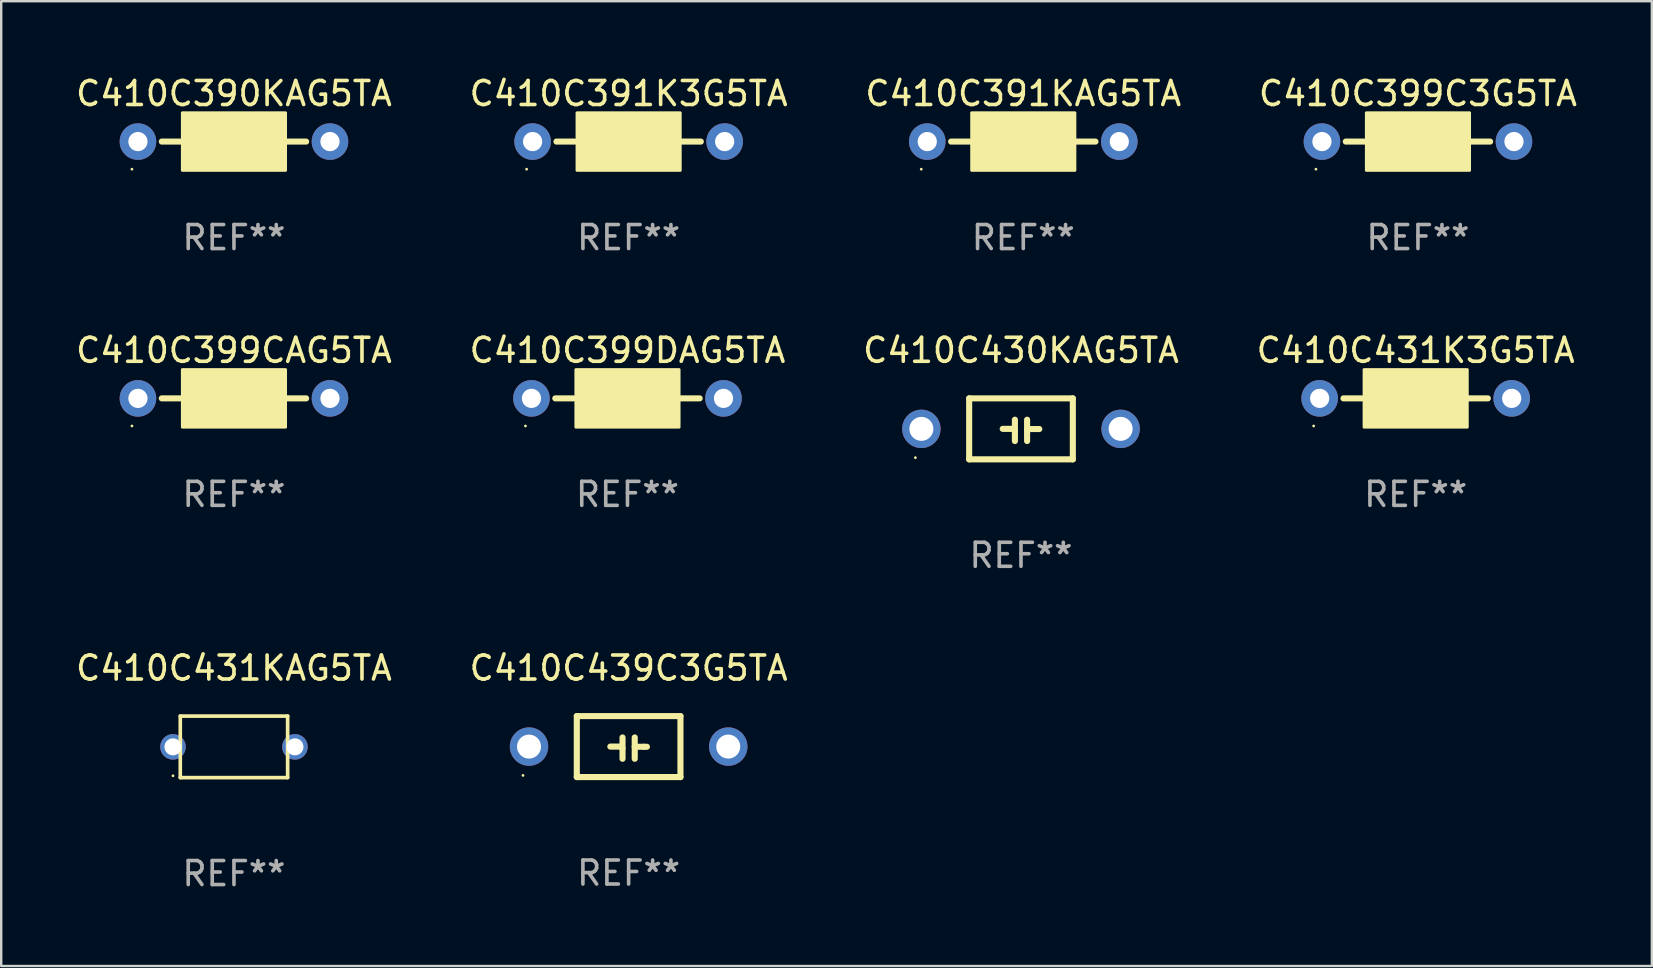
<source format=kicad_pcb>
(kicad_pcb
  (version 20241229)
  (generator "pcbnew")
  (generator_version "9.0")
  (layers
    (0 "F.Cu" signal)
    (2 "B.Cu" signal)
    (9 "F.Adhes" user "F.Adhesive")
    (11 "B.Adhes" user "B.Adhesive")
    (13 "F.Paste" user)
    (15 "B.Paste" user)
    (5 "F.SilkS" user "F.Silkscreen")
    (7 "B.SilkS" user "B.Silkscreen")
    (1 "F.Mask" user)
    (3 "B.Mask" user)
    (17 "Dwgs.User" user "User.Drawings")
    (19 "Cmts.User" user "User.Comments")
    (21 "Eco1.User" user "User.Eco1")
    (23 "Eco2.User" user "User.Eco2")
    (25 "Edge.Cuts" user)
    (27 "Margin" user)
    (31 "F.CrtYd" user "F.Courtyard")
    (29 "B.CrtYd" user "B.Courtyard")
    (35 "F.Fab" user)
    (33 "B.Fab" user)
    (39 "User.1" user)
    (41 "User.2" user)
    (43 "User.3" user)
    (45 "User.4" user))
  (footprint "C410C399C3G5TA"
    (layer "F.Cu")
    (at 56.018 2.848)
    (property "Reference" "C410C399C3G5TA" (at 0 -2 0) (layer "F.SilkS") (effects (font (size 1 1) (thickness 0.15))))
    (attr through_hole)
    (fp_line (start -2.25 0) (end -3.007 0) (stroke (width 0.254) (type solid)) (layer "F.SilkS"))
    (fp_line (start 2.2 0) (end 3.007 0) (stroke (width 0.254) (type solid)) (layer "F.SilkS"))
    (fp_circle (center -4.25 1.15) (end -4.22 1.15) (stroke (width 0.06) (type solid)) (fill no) (layer "F.SilkS"))
    (fp_poly (pts (xy -2.15 -1.2) (xy 2.15 -1.2) (xy 2.15 1.2) (xy -2.15 1.2)) (stroke (width 0.12) (type solid)) (fill yes) (layer "F.SilkS"))
    (fp_text user "REF**" (at 0 4 0) (layer "F.Fab") (effects (font (size 1 1) (thickness 0.15))))
    (pad "1" thru_hole circle (at -4 0) (size 1.524 1.524) (drill 0.8) (layers "*.Cu" "*.Mask"))
    (pad "2" thru_hole circle (at 4 0) (size 1.524 1.524) (drill 0.8) (layers "*.Cu" "*.Mask")))
  (footprint "C410C391KAG5TA"
    (layer "F.Cu")
    (at 39.577 2.848)
    (property "Reference" "C410C391KAG5TA" (at 0 -2 0) (layer "F.SilkS") (effects (font (size 1 1) (thickness 0.15))))
    (attr through_hole)
    (fp_line (start -2.25 0) (end -3.007 0) (stroke (width 0.254) (type solid)) (layer "F.SilkS"))
    (fp_line (start 2.2 0) (end 3.007 0) (stroke (width 0.254) (type solid)) (layer "F.SilkS"))
    (fp_circle (center -4.25 1.15) (end -4.22 1.15) (stroke (width 0.06) (type solid)) (fill no) (layer "F.SilkS"))
    (fp_poly (pts (xy -2.15 -1.2) (xy 2.15 -1.2) (xy 2.15 1.2) (xy -2.15 1.2)) (stroke (width 0.12) (type solid)) (fill yes) (layer "F.SilkS"))
    (fp_text user "REF**" (at 0 4 0) (layer "F.Fab") (effects (font (size 1 1) (thickness 0.15))))
    (pad "1" thru_hole circle (at -4 0) (size 1.524 1.524) (drill 0.8) (layers "*.Cu" "*.Mask"))
    (pad "2" thru_hole circle (at 4 0) (size 1.524 1.524) (drill 0.8) (layers "*.Cu" "*.Mask")))
  (footprint "C410C399DAG5TA"
    (layer "F.Cu")
    (at 23.089 13.545)
    (property "Reference" "C410C399DAG5TA" (at 0 -2 0) (layer "F.SilkS") (effects (font (size 1 1) (thickness 0.15))))
    (attr through_hole)
    (fp_line (start -2.25 0) (end -3.007 0) (stroke (width 0.254) (type solid)) (layer "F.SilkS"))
    (fp_line (start 2.2 0) (end 3.007 0) (stroke (width 0.254) (type solid)) (layer "F.SilkS"))
    (fp_circle (center -4.25 1.15) (end -4.22 1.15) (stroke (width 0.06) (type solid)) (fill no) (layer "F.SilkS"))
    (fp_poly (pts (xy -2.15 -1.2) (xy 2.15 -1.2) (xy 2.15 1.2) (xy -2.15 1.2)) (stroke (width 0.12) (type solid)) (fill yes) (layer "F.SilkS"))
    (fp_text user "REF**" (at 0 4 0) (layer "F.Fab") (effects (font (size 1 1) (thickness 0.15))))
    (pad "1" thru_hole circle (at -4 0) (size 1.524 1.524) (drill 0.8) (layers "*.Cu" "*.Mask"))
    (pad "2" thru_hole circle (at 4 0) (size 1.524 1.524) (drill 0.8) (layers "*.Cu" "*.Mask")))
  (footprint "C410C430KAG5TA"
    (layer "F.Cu")
    (at 39.482 14.815)
    (property "Reference" "C410C430KAG5TA" (at 0 -3.27 0) (layer "F.SilkS") (effects (font (size 1 1) (thickness 0.15))))
    (attr through_hole)
    (fp_line (start -2.159 -1.27) (end -2.159 1.27) (stroke (width 0.254) (type solid)) (layer "F.SilkS"))
    (fp_line (start -2.159 1.27) (end 2.159 1.27) (stroke (width 0.254) (type solid)) (layer "F.SilkS"))
    (fp_line (start -0.762 0) (end -0.322 0) (stroke (width 0.254) (type solid)) (layer "F.SilkS"))
    (fp_line (start -0.322 0) (end -0.254 0.068) (stroke (width 0.254) (type solid)) (layer "F.SilkS"))
    (fp_line (start -0.254 -0.381) (end -0.254 0.508) (stroke (width 0.254) (type solid)) (layer "F.SilkS"))
    (fp_line (start 0.254 -0.381) (end 0.254 0.508) (stroke (width 0.254) (type solid)) (layer "F.SilkS"))
    (fp_line (start 0.254 0.008) (end 0.635 0.008) (stroke (width 0.254) (type solid)) (layer "F.SilkS"))
    (fp_line (start 0.635 0.008) (end 0.762 0.008) (stroke (width 0.254) (type solid)) (layer "F.SilkS"))
    (fp_line (start 2.159 -1.27) (end -2.159 -1.27) (stroke (width 0.254) (type solid)) (layer "F.SilkS"))
    (fp_line (start 2.159 1.27) (end 2.159 -1.27) (stroke (width 0.254) (type solid)) (layer "F.SilkS"))
    (fp_circle (center -4.4 1.2) (end -4.37 1.2) (stroke (width 0.06) (type solid)) (fill no) (layer "F.SilkS"))
    (fp_text user "REF**" (at 0 5.27 0) (layer "F.Fab") (effects (font (size 1 1) (thickness 0.15))))
    (pad "1" thru_hole circle (at -4.15 0) (size 1.6 1.6) (drill 1) (layers "*.Cu" "*.Mask"))
    (pad "2" thru_hole circle (at 4.15 0) (size 1.6 1.6) (drill 1) (layers "*.Cu" "*.Mask")))
  (footprint "C410C399CAG5TA"
    (layer "F.Cu")
    (at 6.696 13.545)
    (property "Reference" "C410C399CAG5TA" (at 0 -2 0) (layer "F.SilkS") (effects (font (size 1 1) (thickness 0.15))))
    (attr through_hole)
    (fp_line (start -2.25 0) (end -3.007 0) (stroke (width 0.254) (type solid)) (layer "F.SilkS"))
    (fp_line (start 2.2 0) (end 3.007 0) (stroke (width 0.254) (type solid)) (layer "F.SilkS"))
    (fp_circle (center -4.25 1.15) (end -4.22 1.15) (stroke (width 0.06) (type solid)) (fill no) (layer "F.SilkS"))
    (fp_poly (pts (xy -2.15 -1.2) (xy 2.15 -1.2) (xy 2.15 1.2) (xy -2.15 1.2)) (stroke (width 0.12) (type solid)) (fill yes) (layer "F.SilkS"))
    (fp_text user "REF**" (at 0 4 0) (layer "F.Fab") (effects (font (size 1 1) (thickness 0.15))))
    (pad "1" thru_hole circle (at -4 0) (size 1.524 1.524) (drill 0.8) (layers "*.Cu" "*.Mask"))
    (pad "2" thru_hole circle (at 4 0) (size 1.524 1.524) (drill 0.8) (layers "*.Cu" "*.Mask")))
  (footprint "C410C431KAG5TA"
    (layer "F.Cu")
    (at 6.696 28.062)
    (property "Reference" "C410C431KAG5TA" (at 0 -3.281 0) (layer "F.SilkS") (effects (font (size 1 1) (thickness 0.15))))
    (attr through_hole)
    (fp_line (start -2.236 -1.281) (end 2.236 -1.281) (stroke (width 0.152) (type solid)) (layer "F.SilkS"))
    (fp_line (start -2.236 1.281) (end -2.236 -1.281) (stroke (width 0.152) (type solid)) (layer "F.SilkS"))
    (fp_line (start 2.236 -1.281) (end 2.236 1.281) (stroke (width 0.152) (type solid)) (layer "F.SilkS"))
    (fp_line (start 2.236 1.281) (end -2.236 1.281) (stroke (width 0.152) (type solid)) (layer "F.SilkS"))
    (fp_circle (center -2.54 1.205) (end -2.51 1.205) (stroke (width 0.06) (type solid)) (fill no) (layer "F.SilkS"))
    (fp_text user "REF**" (at 0 5.281 0) (layer "F.Fab") (effects (font (size 1 1) (thickness 0.15))))
    (pad "1" thru_hole circle (at -2.54 0) (size 1.065 1.065) (drill 0.71) (layers "*.Cu" "*.Mask"))
    (pad "2" thru_hole circle (at 2.54 0) (size 1.065 1.065) (drill 0.71) (layers "*.Cu" "*.Mask")))
  (footprint "C410C391K3G5TA"
    (layer "F.Cu")
    (at 23.137 2.848)
    (property "Reference" "C410C391K3G5TA" (at 0 -2 0) (layer "F.SilkS") (effects (font (size 1 1) (thickness 0.15))))
    (attr through_hole)
    (fp_line (start -2.25 0) (end -3.007 0) (stroke (width 0.254) (type solid)) (layer "F.SilkS"))
    (fp_line (start 2.2 0) (end 3.007 0) (stroke (width 0.254) (type solid)) (layer "F.SilkS"))
    (fp_circle (center -4.25 1.15) (end -4.22 1.15) (stroke (width 0.06) (type solid)) (fill no) (layer "F.SilkS"))
    (fp_poly (pts (xy -2.15 -1.2) (xy 2.15 -1.2) (xy 2.15 1.2) (xy -2.15 1.2)) (stroke (width 0.12) (type solid)) (fill yes) (layer "F.SilkS"))
    (fp_text user "REF**" (at 0 4 0) (layer "F.Fab") (effects (font (size 1 1) (thickness 0.15))))
    (pad "1" thru_hole circle (at -4 0) (size 1.524 1.524) (drill 0.8) (layers "*.Cu" "*.Mask"))
    (pad "2" thru_hole circle (at 4 0) (size 1.524 1.524) (drill 0.8) (layers "*.Cu" "*.Mask")))
  (footprint "C410C431K3G5TA"
    (layer "F.Cu")
    (at 55.923 13.545)
    (property "Reference" "C410C431K3G5TA" (at 0 -2 0) (layer "F.SilkS") (effects (font (size 1 1) (thickness 0.15))))
    (attr through_hole)
    (fp_line (start -2.25 0) (end -3.007 0) (stroke (width 0.254) (type solid)) (layer "F.SilkS"))
    (fp_line (start 2.2 0) (end 3.007 0) (stroke (width 0.254) (type solid)) (layer "F.SilkS"))
    (fp_circle (center -4.25 1.15) (end -4.22 1.15) (stroke (width 0.06) (type solid)) (fill no) (layer "F.SilkS"))
    (fp_poly (pts (xy -2.15 -1.2) (xy 2.15 -1.2) (xy 2.15 1.2) (xy -2.15 1.2)) (stroke (width 0.12) (type solid)) (fill yes) (layer "F.SilkS"))
    (fp_text user "REF**" (at 0 4 0) (layer "F.Fab") (effects (font (size 1 1) (thickness 0.15))))
    (pad "1" thru_hole circle (at -4 0) (size 1.524 1.524) (drill 0.8) (layers "*.Cu" "*.Mask"))
    (pad "2" thru_hole circle (at 4 0) (size 1.524 1.524) (drill 0.8) (layers "*.Cu" "*.Mask")))
  (footprint "C410C390KAG5TA"
    (layer "F.Cu")
    (at 6.696 2.848)
    (property "Reference" "C410C390KAG5TA" (at 0 -2 0) (layer "F.SilkS") (effects (font (size 1 1) (thickness 0.15))))
    (attr through_hole)
    (fp_line (start -2.25 0) (end -3.007 0) (stroke (width 0.254) (type solid)) (layer "F.SilkS"))
    (fp_line (start 2.2 0) (end 3.007 0) (stroke (width 0.254) (type solid)) (layer "F.SilkS"))
    (fp_circle (center -4.25 1.15) (end -4.22 1.15) (stroke (width 0.06) (type solid)) (fill no) (layer "F.SilkS"))
    (fp_poly (pts (xy -2.15 -1.2) (xy 2.15 -1.2) (xy 2.15 1.2) (xy -2.15 1.2)) (stroke (width 0.12) (type solid)) (fill yes) (layer "F.SilkS"))
    (fp_text user "REF**" (at 0 4 0) (layer "F.Fab") (effects (font (size 1 1) (thickness 0.15))))
    (pad "1" thru_hole circle (at -4 0) (size 1.524 1.524) (drill 0.8) (layers "*.Cu" "*.Mask"))
    (pad "2" thru_hole circle (at 4 0) (size 1.524 1.524) (drill 0.8) (layers "*.Cu" "*.Mask")))
  (footprint "C410C439C3G5TA"
    (layer "F.Cu")
    (at 23.137 28.051)
    (property "Reference" "C410C439C3G5TA" (at 0 -3.27 0) (layer "F.SilkS") (effects (font (size 1 1) (thickness 0.15))))
    (attr through_hole)
    (fp_line (start -2.159 -1.27) (end -2.159 1.27) (stroke (width 0.254) (type solid)) (layer "F.SilkS"))
    (fp_line (start -2.159 1.27) (end 2.159 1.27) (stroke (width 0.254) (type solid)) (layer "F.SilkS"))
    (fp_line (start -0.762 0) (end -0.322 0) (stroke (width 0.254) (type solid)) (layer "F.SilkS"))
    (fp_line (start -0.322 0) (end -0.254 0.068) (stroke (width 0.254) (type solid)) (layer "F.SilkS"))
    (fp_line (start -0.254 -0.381) (end -0.254 0.508) (stroke (width 0.254) (type solid)) (layer "F.SilkS"))
    (fp_line (start 0.254 -0.381) (end 0.254 0.508) (stroke (width 0.254) (type solid)) (layer "F.SilkS"))
    (fp_line (start 0.254 0.008) (end 0.635 0.008) (stroke (width 0.254) (type solid)) (layer "F.SilkS"))
    (fp_line (start 0.635 0.008) (end 0.762 0.008) (stroke (width 0.254) (type solid)) (layer "F.SilkS"))
    (fp_line (start 2.159 -1.27) (end -2.159 -1.27) (stroke (width 0.254) (type solid)) (layer "F.SilkS"))
    (fp_line (start 2.159 1.27) (end 2.159 -1.27) (stroke (width 0.254) (type solid)) (layer "F.SilkS"))
    (fp_circle (center -4.4 1.2) (end -4.37 1.2) (stroke (width 0.06) (type solid)) (fill no) (layer "F.SilkS"))
    (fp_text user "REF**" (at 0 5.27 0) (layer "F.Fab") (effects (font (size 1 1) (thickness 0.15))))
    (pad "1" thru_hole circle (at -4.15 0) (size 1.6 1.6) (drill 1) (layers "*.Cu" "*.Mask"))
    (pad "2" thru_hole circle (at 4.15 0) (size 1.6 1.6) (drill 1) (layers "*.Cu" "*.Mask")))
  (gr_rect
    (start -3 -3)
    (end 65.762 37.192)
    (stroke (width 0.1) (type default))
    (fill no)
    (layer "Edge.Cuts")))
</source>
